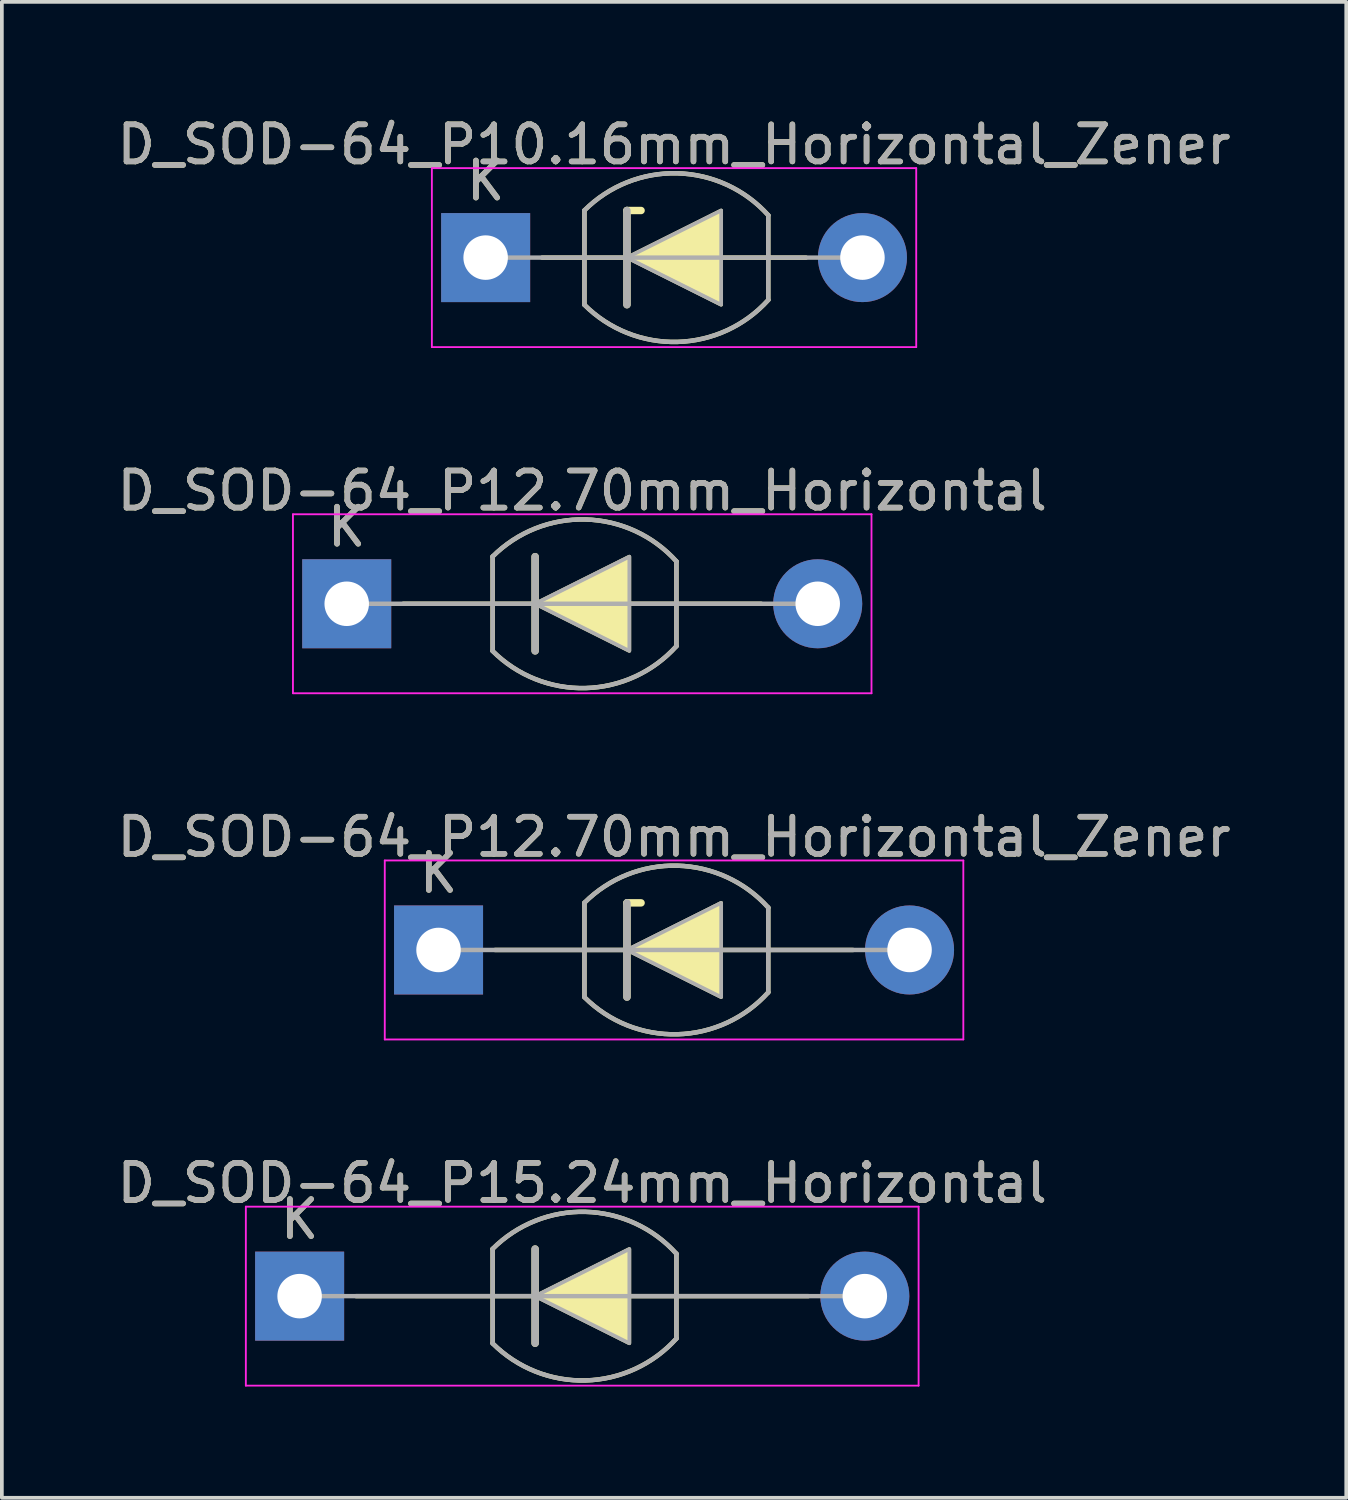
<source format=kicad_pcb>
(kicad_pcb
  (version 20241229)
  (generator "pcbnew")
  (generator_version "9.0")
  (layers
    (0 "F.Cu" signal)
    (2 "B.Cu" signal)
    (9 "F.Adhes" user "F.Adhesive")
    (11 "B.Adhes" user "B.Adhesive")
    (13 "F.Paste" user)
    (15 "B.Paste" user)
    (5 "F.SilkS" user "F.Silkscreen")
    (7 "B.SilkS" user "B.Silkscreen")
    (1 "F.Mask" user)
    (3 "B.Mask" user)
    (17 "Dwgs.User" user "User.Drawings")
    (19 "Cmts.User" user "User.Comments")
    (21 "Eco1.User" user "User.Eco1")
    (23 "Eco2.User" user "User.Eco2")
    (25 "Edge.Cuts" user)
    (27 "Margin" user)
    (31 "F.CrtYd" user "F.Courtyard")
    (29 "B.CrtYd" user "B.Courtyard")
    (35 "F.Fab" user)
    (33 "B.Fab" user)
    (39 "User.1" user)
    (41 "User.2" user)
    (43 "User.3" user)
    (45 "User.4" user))
  (footprint "D_SOD-64_P10.16mm_Horizontal_Zener"
    (layer "F.Cu")
    (at 10.045 3.896)
    (property "Reference" "D_SOD-64_P10.16mm_Horizontal_Zener" (at 5.08 -3.048 0) (layer "F.SilkS") (effects (font (size 1 1) (thickness 0.15))))
    (attr through_hole)
    (fp_line (start 1.524 0) (end 8.636 0) (stroke (width 0.12) (type solid)) (layer "F.SilkS"))
    (fp_line (start 2.664 1.27) (end 2.664 -1.273) (stroke (width 0.12) (type solid)) (layer "F.SilkS"))
    (fp_line (start 3.81 -1.27) (end 4.191 -1.27) (stroke (width 0.2) (type solid)) (layer "F.SilkS"))
    (fp_line (start 3.81 1.27) (end 3.81 -1.27) (stroke (width 0.2) (type solid)) (layer "F.SilkS"))
    (fp_line (start 7.62 -1.143) (end 7.62 1.143) (stroke (width 0.12) (type solid)) (layer "F.SilkS"))
    (fp_arc (start 2.66366 -1.27334) (mid 5.169833 -2.273039) (end 7.619998 -1.143) (stroke (width 0.12) (type solid)) (layer "F.SilkS"))
    (fp_arc (start 7.62 1.143) (mid 5.170216 2.273029) (end 2.664202 1.273879) (stroke (width 0.12) (type solid)) (layer "F.SilkS"))
    (fp_poly (pts (xy 6.35 1.27) (xy 3.81 0) (xy 6.35 -1.27)) (stroke (width 0.1) (type solid)) (fill yes) (layer "F.SilkS"))
    (fp_line (start -1.45 -2.413) (end -1.45 2.413) (stroke (width 0.05) (type solid)) (layer "F.CrtYd"))
    (fp_line (start -1.45 2.413) (end 11.61 2.413) (stroke (width 0.05) (type solid)) (layer "F.CrtYd"))
    (fp_line (start 11.61 -2.413) (end -1.45 -2.413) (stroke (width 0.05) (type solid)) (layer "F.CrtYd"))
    (fp_line (start 11.61 2.413) (end 11.61 -2.413) (stroke (width 0.05) (type solid)) (layer "F.CrtYd"))
    (fp_line (start 0 0) (end 10.16 0) (stroke (width 0.12) (type solid)) (layer "F.Fab"))
    (fp_line (start 2.664 1.274) (end 2.664 -1.273) (stroke (width 0.12) (type solid)) (layer "F.Fab"))
    (fp_line (start 3.81 1.27) (end 3.81 -1.27) (stroke (width 0.2) (type solid)) (layer "F.Fab"))
    (fp_line (start 7.62 -1.143) (end 7.62 1.143) (stroke (width 0.12) (type solid)) (layer "F.Fab"))
    (fp_arc (start 2.6642 -1.273879) (mid 5.170214 -2.273029) (end 7.619998 -1.143) (stroke (width 0.12) (type solid)) (layer "F.Fab"))
    (fp_arc (start 7.62 1.143) (mid 5.170216 2.273029) (end 2.664202 1.273879) (stroke (width 0.12) (type solid)) (layer "F.Fab"))
    (fp_poly (pts (xy 6.35 1.27) (xy 3.81 0) (xy 6.35 -1.27)) (stroke (width 0.1) (type solid)) (fill no) (layer "F.Fab"))
    (fp_text user "K" (at 0 -2.073 0) (layer "F.SilkS") (effects (font (size 1 1) (thickness 0.15))))
    (fp_text user "K" (at 0 -2.073 0) (layer "F.Fab") (effects (font (size 1 1) (thickness 0.15))))
    (fp_text user "${REFERENCE}" (at 5.08 -3.048 0) (layer "F.Fab") (effects (font (size 1 1) (thickness 0.15))))
    (pad "1" thru_hole rect (at 0 0) (size 2.4 2.4) (drill 1.2) (layers "*.Cu" "*.Mask"))
    (pad "2" thru_hole oval (at 10.16 0) (size 2.4 2.4) (drill 1.2) (layers "*.Cu" "*.Mask")))
  (footprint "D_SOD-64_P12.70mm_Horizontal"
    (layer "F.Cu")
    (at 6.299 13.23)
    (property "Reference" "D_SOD-64_P12.70mm_Horizontal" (at 6.35 -3.048 0) (layer "F.SilkS") (effects (font (size 1 1) (thickness 0.15))))
    (attr through_hole)
    (fp_line (start 1.524 0) (end 11.176 0) (stroke (width 0.12) (type solid)) (layer "F.SilkS"))
    (fp_line (start 3.934 1.27) (end 3.934 -1.273) (stroke (width 0.12) (type solid)) (layer "F.SilkS"))
    (fp_line (start 5.08 1.27) (end 5.08 -1.27) (stroke (width 0.2) (type solid)) (layer "F.SilkS"))
    (fp_line (start 8.89 -1.143) (end 8.89 1.143) (stroke (width 0.12) (type solid)) (layer "F.SilkS"))
    (fp_arc (start 3.93366 -1.27334) (mid 6.439833 -2.273039) (end 8.889998 -1.143) (stroke (width 0.12) (type solid)) (layer "F.SilkS"))
    (fp_arc (start 8.89 1.143) (mid 6.440216 2.273029) (end 3.934202 1.273879) (stroke (width 0.12) (type solid)) (layer "F.SilkS"))
    (fp_poly (pts (xy 7.62 1.27) (xy 5.08 0) (xy 7.62 -1.27)) (stroke (width 0.1) (type solid)) (fill yes) (layer "F.SilkS"))
    (fp_line (start -1.45 -2.413) (end -1.45 2.413) (stroke (width 0.05) (type solid)) (layer "F.CrtYd"))
    (fp_line (start -1.45 2.413) (end 14.15 2.413) (stroke (width 0.05) (type solid)) (layer "F.CrtYd"))
    (fp_line (start 14.15 -2.413) (end -1.45 -2.413) (stroke (width 0.05) (type solid)) (layer "F.CrtYd"))
    (fp_line (start 14.15 2.413) (end 14.15 -2.413) (stroke (width 0.05) (type solid)) (layer "F.CrtYd"))
    (fp_line (start 0 0) (end 12.7 0) (stroke (width 0.12) (type solid)) (layer "F.Fab"))
    (fp_line (start 3.934 1.274) (end 3.934 -1.273) (stroke (width 0.12) (type solid)) (layer "F.Fab"))
    (fp_line (start 5.08 1.27) (end 5.08 -1.27) (stroke (width 0.2) (type solid)) (layer "F.Fab"))
    (fp_line (start 8.89 -1.143) (end 8.89 1.143) (stroke (width 0.12) (type solid)) (layer "F.Fab"))
    (fp_arc (start 3.9342 -1.273879) (mid 6.440214 -2.273029) (end 8.889998 -1.143) (stroke (width 0.12) (type solid)) (layer "F.Fab"))
    (fp_arc (start 8.89 1.143) (mid 6.440216 2.273029) (end 3.934202 1.273879) (stroke (width 0.12) (type solid)) (layer "F.Fab"))
    (fp_poly (pts (xy 7.62 1.27) (xy 5.08 0) (xy 7.62 -1.27)) (stroke (width 0.1) (type solid)) (fill no) (layer "F.Fab"))
    (fp_text user "K" (at 0 -2.073 0) (layer "F.SilkS") (effects (font (size 1 1) (thickness 0.15))))
    (fp_text user "K" (at 0 -2.073 0) (layer "F.Fab") (effects (font (size 1 1) (thickness 0.15))))
    (fp_text user "${REFERENCE}" (at 6.35 -3.048 0) (layer "F.Fab") (effects (font (size 1 1) (thickness 0.15))))
    (pad "1" thru_hole rect (at 0 0) (size 2.4 2.4) (drill 1.2) (layers "*.Cu" "*.Mask"))
    (pad "2" thru_hole oval (at 12.7 0) (size 2.4 2.4) (drill 1.2) (layers "*.Cu" "*.Mask")))
  (footprint "D_SOD-64_P12.70mm_Horizontal_Zener"
    (layer "F.Cu")
    (at 8.775 22.565)
    (property "Reference" "D_SOD-64_P12.70mm_Horizontal_Zener" (at 6.35 -3.048 0) (layer "F.SilkS") (effects (font (size 1 1) (thickness 0.15))))
    (attr through_hole)
    (fp_line (start 1.524 0) (end 11.176 0) (stroke (width 0.12) (type solid)) (layer "F.SilkS"))
    (fp_line (start 3.934 1.27) (end 3.934 -1.273) (stroke (width 0.12) (type solid)) (layer "F.SilkS"))
    (fp_line (start 5.08 -1.27) (end 5.461 -1.27) (stroke (width 0.2) (type solid)) (layer "F.SilkS"))
    (fp_line (start 5.08 1.27) (end 5.08 -1.27) (stroke (width 0.2) (type solid)) (layer "F.SilkS"))
    (fp_line (start 8.89 -1.143) (end 8.89 1.143) (stroke (width 0.12) (type solid)) (layer "F.SilkS"))
    (fp_arc (start 3.93366 -1.27334) (mid 6.439833 -2.273039) (end 8.889998 -1.143) (stroke (width 0.12) (type solid)) (layer "F.SilkS"))
    (fp_arc (start 8.89 1.143) (mid 6.440216 2.273029) (end 3.934202 1.273879) (stroke (width 0.12) (type solid)) (layer "F.SilkS"))
    (fp_poly (pts (xy 7.62 1.27) (xy 5.08 0) (xy 7.62 -1.27)) (stroke (width 0.1) (type solid)) (fill yes) (layer "F.SilkS"))
    (fp_line (start -1.45 -2.413) (end -1.45 2.413) (stroke (width 0.05) (type solid)) (layer "F.CrtYd"))
    (fp_line (start -1.45 2.413) (end 14.15 2.413) (stroke (width 0.05) (type solid)) (layer "F.CrtYd"))
    (fp_line (start 14.15 -2.413) (end -1.45 -2.413) (stroke (width 0.05) (type solid)) (layer "F.CrtYd"))
    (fp_line (start 14.15 2.413) (end 14.15 -2.413) (stroke (width 0.05) (type solid)) (layer "F.CrtYd"))
    (fp_line (start 0 0) (end 12.7 0) (stroke (width 0.12) (type solid)) (layer "F.Fab"))
    (fp_line (start 3.934 1.274) (end 3.934 -1.273) (stroke (width 0.12) (type solid)) (layer "F.Fab"))
    (fp_line (start 5.08 1.27) (end 5.08 -1.27) (stroke (width 0.2) (type solid)) (layer "F.Fab"))
    (fp_line (start 8.89 -1.143) (end 8.89 1.143) (stroke (width 0.12) (type solid)) (layer "F.Fab"))
    (fp_arc (start 3.9342 -1.273879) (mid 6.440214 -2.273029) (end 8.889998 -1.143) (stroke (width 0.12) (type solid)) (layer "F.Fab"))
    (fp_arc (start 8.89 1.143) (mid 6.440216 2.273029) (end 3.934202 1.273879) (stroke (width 0.12) (type solid)) (layer "F.Fab"))
    (fp_poly (pts (xy 7.62 1.27) (xy 5.08 0) (xy 7.62 -1.27)) (stroke (width 0.1) (type solid)) (fill no) (layer "F.Fab"))
    (fp_text user "K" (at 0 -2.073 0) (layer "F.SilkS") (effects (font (size 1 1) (thickness 0.15))))
    (fp_text user "K" (at 0 -2.073 0) (layer "F.Fab") (effects (font (size 1 1) (thickness 0.15))))
    (fp_text user "${REFERENCE}" (at 6.35 -3.048 0) (layer "F.Fab") (effects (font (size 1 1) (thickness 0.15))))
    (pad "1" thru_hole rect (at 0 0) (size 2.4 2.4) (drill 1.2) (layers "*.Cu" "*.Mask"))
    (pad "2" thru_hole oval (at 12.7 0) (size 2.4 2.4) (drill 1.2) (layers "*.Cu" "*.Mask")))
  (footprint "D_SOD-64_P15.24mm_Horizontal"
    (layer "F.Cu")
    (at 5.029 31.899)
    (property "Reference" "D_SOD-64_P15.24mm_Horizontal" (at 7.62 -3.048 0) (layer "F.SilkS") (effects (font (size 1 1) (thickness 0.15))))
    (attr through_hole)
    (fp_line (start 1.524 0) (end 13.716 0) (stroke (width 0.12) (type solid)) (layer "F.SilkS"))
    (fp_line (start 5.204 1.27) (end 5.204 -1.273) (stroke (width 0.12) (type solid)) (layer "F.SilkS"))
    (fp_line (start 6.35 1.27) (end 6.35 -1.27) (stroke (width 0.2) (type solid)) (layer "F.SilkS"))
    (fp_line (start 10.16 -1.143) (end 10.16 1.143) (stroke (width 0.12) (type solid)) (layer "F.SilkS"))
    (fp_arc (start 5.20366 -1.27334) (mid 7.709833 -2.273039) (end 10.159998 -1.143) (stroke (width 0.12) (type solid)) (layer "F.SilkS"))
    (fp_arc (start 10.16 1.143) (mid 7.710216 2.273029) (end 5.204202 1.273879) (stroke (width 0.12) (type solid)) (layer "F.SilkS"))
    (fp_poly (pts (xy 8.89 1.27) (xy 6.35 0) (xy 8.89 -1.27)) (stroke (width 0.1) (type solid)) (fill yes) (layer "F.SilkS"))
    (fp_line (start -1.45 -2.413) (end -1.45 2.413) (stroke (width 0.05) (type solid)) (layer "F.CrtYd"))
    (fp_line (start -1.45 2.413) (end 16.69 2.413) (stroke (width 0.05) (type solid)) (layer "F.CrtYd"))
    (fp_line (start 16.69 -2.413) (end -1.45 -2.413) (stroke (width 0.05) (type solid)) (layer "F.CrtYd"))
    (fp_line (start 16.69 2.413) (end 16.69 -2.413) (stroke (width 0.05) (type solid)) (layer "F.CrtYd"))
    (fp_line (start 0 0) (end 15.24 0) (stroke (width 0.12) (type solid)) (layer "F.Fab"))
    (fp_line (start 5.204 1.274) (end 5.204 -1.273) (stroke (width 0.12) (type solid)) (layer "F.Fab"))
    (fp_line (start 6.35 1.27) (end 6.35 -1.27) (stroke (width 0.2) (type solid)) (layer "F.Fab"))
    (fp_line (start 10.16 -1.143) (end 10.16 1.143) (stroke (width 0.12) (type solid)) (layer "F.Fab"))
    (fp_arc (start 5.2042 -1.273879) (mid 7.710214 -2.273029) (end 10.159998 -1.143) (stroke (width 0.12) (type solid)) (layer "F.Fab"))
    (fp_arc (start 10.16 1.143) (mid 7.710216 2.273029) (end 5.204202 1.273879) (stroke (width 0.12) (type solid)) (layer "F.Fab"))
    (fp_poly (pts (xy 8.89 1.27) (xy 6.35 0) (xy 8.89 -1.27)) (stroke (width 0.1) (type solid)) (fill no) (layer "F.Fab"))
    (fp_text user "K" (at 0 -2.073 0) (layer "F.SilkS") (effects (font (size 1 1) (thickness 0.15))))
    (fp_text user "${REFERENCE}" (at 7.62 -3.048 0) (layer "F.Fab") (effects (font (size 1 1) (thickness 0.15))))
    (fp_text user "K" (at 0 -2.073 0) (layer "F.Fab") (effects (font (size 1 1) (thickness 0.15))))
    (pad "1" thru_hole rect (at 0 0) (size 2.4 2.4) (drill 1.2) (layers "*.Cu" "*.Mask"))
    (pad "2" thru_hole oval (at 15.24 0) (size 2.4 2.4) (drill 1.2) (layers "*.Cu" "*.Mask")))
  (gr_rect
    (start -3 -3)
    (end 33.25 37.337)
    (stroke (width 0.1) (type default))
    (fill no)
    (layer "Edge.Cuts")))
</source>
